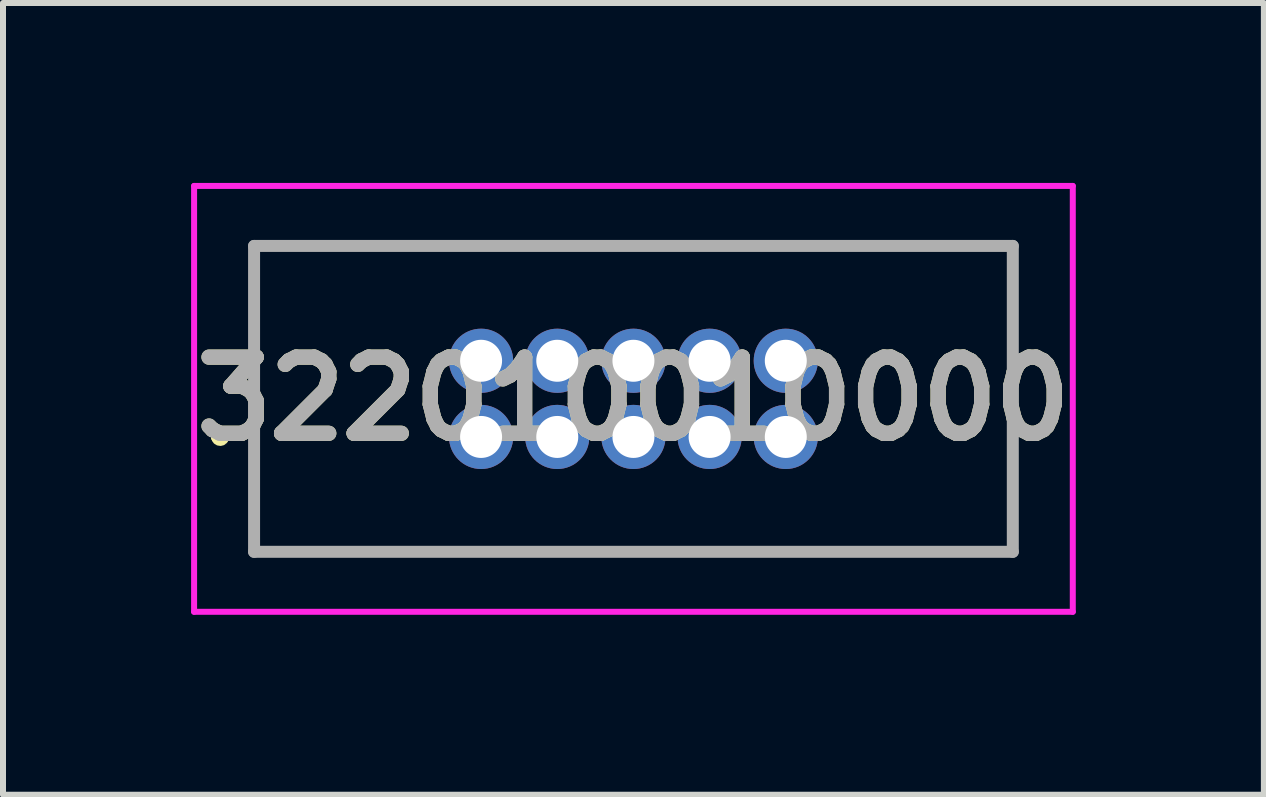
<source format=kicad_pcb>
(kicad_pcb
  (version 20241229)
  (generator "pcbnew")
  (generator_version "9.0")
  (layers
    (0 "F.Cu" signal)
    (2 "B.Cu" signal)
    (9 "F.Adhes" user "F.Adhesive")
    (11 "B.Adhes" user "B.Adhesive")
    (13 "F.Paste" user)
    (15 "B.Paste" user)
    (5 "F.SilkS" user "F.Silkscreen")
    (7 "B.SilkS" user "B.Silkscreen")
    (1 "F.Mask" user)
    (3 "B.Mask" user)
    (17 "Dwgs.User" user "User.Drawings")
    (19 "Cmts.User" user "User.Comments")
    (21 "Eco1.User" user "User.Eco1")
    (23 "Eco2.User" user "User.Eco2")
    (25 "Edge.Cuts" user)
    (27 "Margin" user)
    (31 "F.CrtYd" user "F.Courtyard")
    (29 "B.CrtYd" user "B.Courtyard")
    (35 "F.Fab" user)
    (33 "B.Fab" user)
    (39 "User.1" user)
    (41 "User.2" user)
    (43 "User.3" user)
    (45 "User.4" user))
  (footprint "322010010000"
    (layer "F.Cu")
    (at 4.971 4.235)
    (property "Reference" "322010010000" (at 2.54 -0.635 0) (layer "F.SilkS") (effects (font (size 1.27 1.27) (thickness 0.254))))
    (attr through_hole)
    (fp_line (start -4.4 0) (end -4.4 0) (stroke (width 0.2) (type solid)) (layer "F.SilkS"))
    (fp_line (start -4.3 0) (end -4.3 0) (stroke (width 0.2) (type solid)) (layer "F.SilkS"))
    (fp_line (start -4.3 0) (end -4.3 0) (stroke (width 0.2) (type solid)) (layer "F.SilkS"))
    (fp_line (start -3.785 -3.185) (end -3.785 1.915) (stroke (width 0.1) (type solid)) (layer "F.SilkS"))
    (fp_line (start -3.785 1.915) (end 8.865 1.915) (stroke (width 0.1) (type solid)) (layer "F.SilkS"))
    (fp_line (start 8.865 -3.185) (end -3.785 -3.185) (stroke (width 0.1) (type solid)) (layer "F.SilkS"))
    (fp_line (start 8.865 1.915) (end 8.865 -3.185) (stroke (width 0.1) (type solid)) (layer "F.SilkS"))
    (fp_arc (start -4.4 0) (mid -4.35 -0.05) (end -4.3 0) (stroke (width 0.2) (type solid)) (layer "F.SilkS"))
    (fp_arc (start -4.4 0) (mid -4.35 -0.05) (end -4.3 0) (stroke (width 0.2) (type solid)) (layer "F.SilkS"))
    (fp_arc (start -4.3 0) (mid -4.35 0.05) (end -4.4 0) (stroke (width 0.2) (type solid)) (layer "F.SilkS"))
    (fp_line (start -4.785 -4.185) (end 9.865 -4.185) (stroke (width 0.1) (type solid)) (layer "F.CrtYd"))
    (fp_line (start -4.785 2.915) (end -4.785 -4.185) (stroke (width 0.1) (type solid)) (layer "F.CrtYd"))
    (fp_line (start 9.865 -4.185) (end 9.865 2.915) (stroke (width 0.1) (type solid)) (layer "F.CrtYd"))
    (fp_line (start 9.865 2.915) (end -4.785 2.915) (stroke (width 0.1) (type solid)) (layer "F.CrtYd"))
    (fp_line (start -3.785 -3.185) (end -3.785 1.915) (stroke (width 0.2) (type solid)) (layer "F.Fab"))
    (fp_line (start -3.785 1.915) (end 8.865 1.915) (stroke (width 0.2) (type solid)) (layer "F.Fab"))
    (fp_line (start 8.865 -3.185) (end -3.785 -3.185) (stroke (width 0.2) (type solid)) (layer "F.Fab"))
    (fp_line (start 8.865 1.915) (end 8.865 -3.185) (stroke (width 0.2) (type solid)) (layer "F.Fab"))
    (fp_text user "${REFERENCE}" (at 2.54 -0.635 0) (layer "F.Fab") (effects (font (size 1.27 1.27) (thickness 0.254))))
    (pad "1" thru_hole circle (at 0 0) (size 1.07 1.07) (drill 0.7) (layers "*.Cu" "*.Mask"))
    (pad "2" thru_hole circle (at 0 -1.27) (size 1.07 1.07) (drill 0.7) (layers "*.Cu" "*.Mask"))
    (pad "3" thru_hole circle (at 1.27 0) (size 1.07 1.07) (drill 0.7) (layers "*.Cu" "*.Mask"))
    (pad "4" thru_hole circle (at 1.27 -1.27) (size 1.07 1.07) (drill 0.7) (layers "*.Cu" "*.Mask"))
    (pad "5" thru_hole circle (at 2.54 0) (size 1.07 1.07) (drill 0.7) (layers "*.Cu" "*.Mask"))
    (pad "6" thru_hole circle (at 2.54 -1.27) (size 1.07 1.07) (drill 0.7) (layers "*.Cu" "*.Mask"))
    (pad "7" thru_hole circle (at 3.81 0) (size 1.07 1.07) (drill 0.7) (layers "*.Cu" "*.Mask"))
    (pad "8" thru_hole circle (at 3.81 -1.27) (size 1.07 1.07) (drill 0.7) (layers "*.Cu" "*.Mask"))
    (pad "9" thru_hole circle (at 5.08 0) (size 1.07 1.07) (drill 0.7) (layers "*.Cu" "*.Mask"))
    (pad "10" thru_hole circle (at 5.08 -1.27) (size 1.07 1.07) (drill 0.7) (layers "*.Cu" "*.Mask")))
  (gr_rect
    (start -3 -3)
    (end 18.022 10.2)
    (stroke (width 0.1) (type default))
    (fill no)
    (layer "Edge.Cuts")))
</source>
